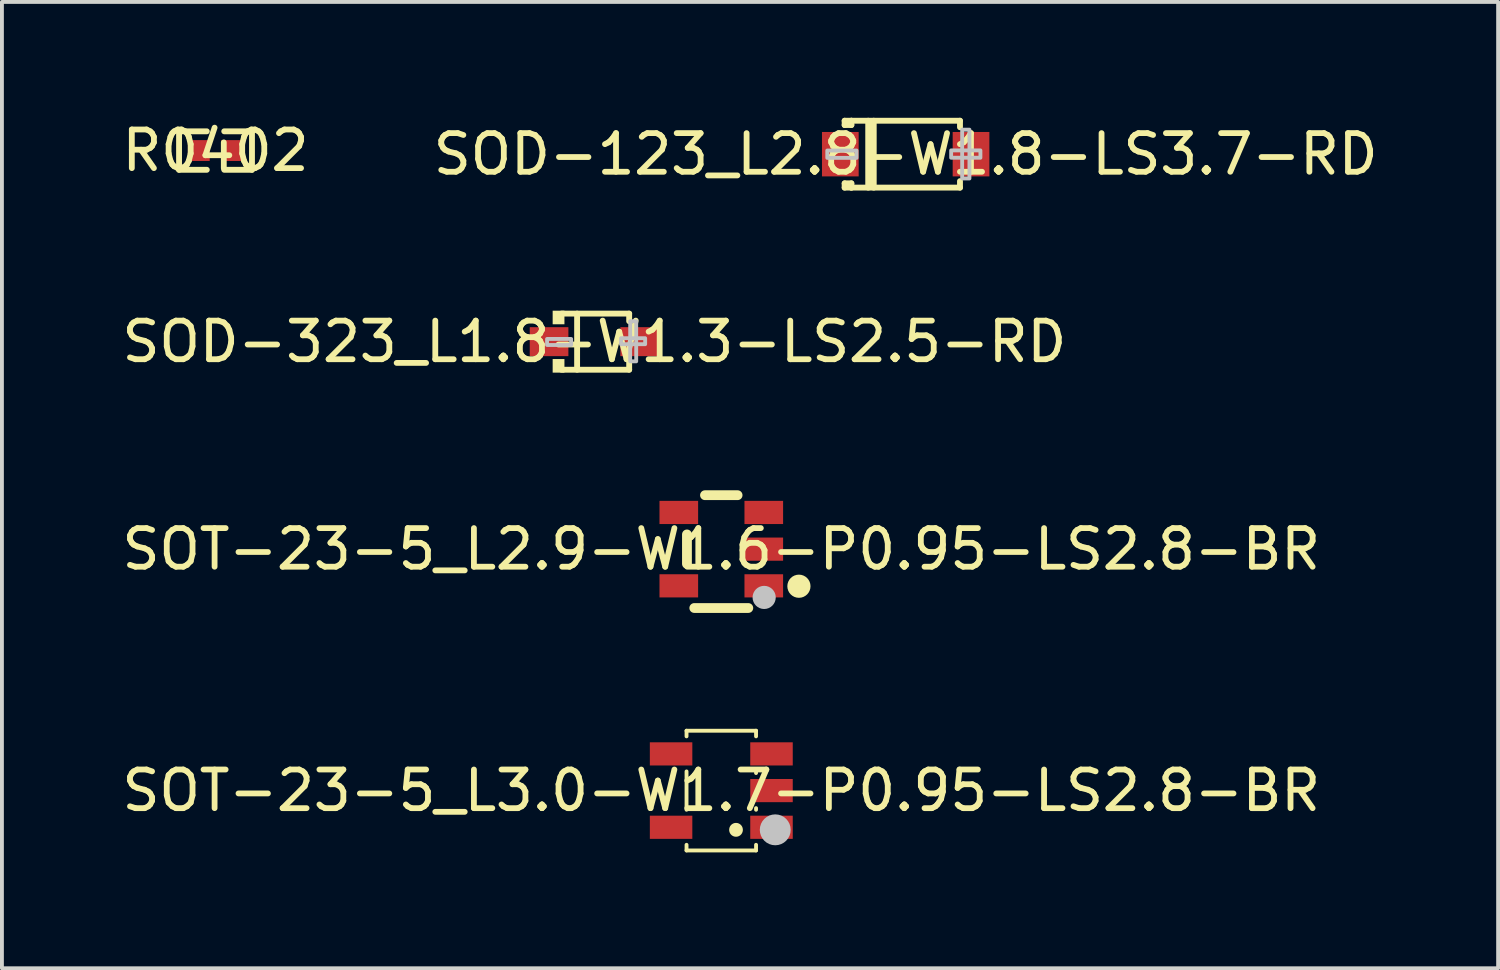
<source format=kicad_pcb>
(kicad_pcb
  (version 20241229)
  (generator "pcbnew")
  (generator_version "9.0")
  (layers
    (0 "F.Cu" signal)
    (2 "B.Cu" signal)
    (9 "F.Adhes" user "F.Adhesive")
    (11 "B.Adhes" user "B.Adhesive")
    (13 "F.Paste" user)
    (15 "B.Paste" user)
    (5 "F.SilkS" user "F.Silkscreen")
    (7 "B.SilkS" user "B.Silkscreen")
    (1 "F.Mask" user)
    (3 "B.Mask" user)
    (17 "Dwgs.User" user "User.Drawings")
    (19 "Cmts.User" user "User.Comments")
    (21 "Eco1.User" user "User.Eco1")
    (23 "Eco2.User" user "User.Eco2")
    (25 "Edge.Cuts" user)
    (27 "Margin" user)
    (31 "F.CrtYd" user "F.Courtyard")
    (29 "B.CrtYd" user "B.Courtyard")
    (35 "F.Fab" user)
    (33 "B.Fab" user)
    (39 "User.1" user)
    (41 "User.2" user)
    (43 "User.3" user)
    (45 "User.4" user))
  (footprint "SOD-123_L2.8-W1.8-LS3.7-RD"
    (layer "F.Cu")
    (at 20.399 0.942)
    (property "Reference" "SOD-123_L2.8-W1.8-LS3.7-RD" (at 0 0 0) (layer "F.SilkS") (effects (font (size 1 1) (thickness 0.15))))
    (fp_line (start -1.58 -0.866) (end -1.406 -0.866) (stroke (width 0.152) (type default)) (layer "F.SilkS"))
    (fp_line (start -1.58 -0.755) (end -1.58 -0.866) (stroke (width 0.152) (type default)) (layer "F.SilkS"))
    (fp_line (start -1.58 -0.755) (end -1.406 -0.755) (stroke (width 0.152) (type default)) (layer "F.SilkS"))
    (fp_line (start -1.58 0.755) (end -1.406 0.755) (stroke (width 0.152) (type default)) (layer "F.SilkS"))
    (fp_line (start -1.58 0.866) (end -1.58 0.755) (stroke (width 0.152) (type default)) (layer "F.SilkS"))
    (fp_line (start -1.406 -0.866) (end -1.406 -0.755) (stroke (width 0.152) (type default)) (layer "F.SilkS"))
    (fp_line (start -1.406 -0.866) (end 1.406 -0.866) (stroke (width 0.152) (type default)) (layer "F.SilkS"))
    (fp_line (start -1.406 0.755) (end -1.406 0.866) (stroke (width 0.152) (type default)) (layer "F.SilkS"))
    (fp_line (start -1.406 0.866) (end -1.58 0.866) (stroke (width 0.152) (type default)) (layer "F.SilkS"))
    (fp_line (start -1.406 0.866) (end 1.406 0.866) (stroke (width 0.152) (type default)) (layer "F.SilkS"))
    (fp_line (start -0.97 -0.866) (end -0.97 0.866) (stroke (width 0.152) (type default)) (layer "F.SilkS"))
    (fp_line (start -0.827 -0.866) (end -0.827 0.866) (stroke (width 0.152) (type default)) (layer "F.SilkS"))
    (fp_line (start 1.406 -0.866) (end 1.406 -0.698) (stroke (width 0.152) (type default)) (layer "F.SilkS"))
    (fp_line (start 1.406 0.866) (end 1.406 0.698) (stroke (width 0.152) (type default)) (layer "F.SilkS"))
    (fp_poly (pts (xy -2.03 -0.095) (xy -2.03 0.095) (xy -1.272 0.095) (xy -1.272 -0.095)) (stroke (width 0.1) (type default)) (fill no) (layer "Dwgs.User"))
    (fp_poly (pts (xy 1.651 -0.635) (xy 1.651 0.629) (xy 1.462 0.629) (xy 1.462 -0.635)) (stroke (width 0.1) (type default)) (fill no) (layer "Dwgs.User"))
    (fp_poly (pts (xy 1.935 -0.098) (xy 1.935 0.092) (xy 1.177 0.092) (xy 1.177 -0.098)) (stroke (width 0.1) (type default)) (fill no) (layer "Dwgs.User"))
    (fp_poly (pts (xy -1.851 0.465) (xy -1.851 -0.465) (xy -1.3 -0.465) (xy -1.3 0.465)) (stroke (width 0.1) (type default)) (fill no) (layer "User.1"))
    (fp_poly (pts (xy 1.851 0.465) (xy 1.851 -0.465) (xy 1.3 -0.465) (xy 1.3 0.465)) (stroke (width 0.1) (type default)) (fill no) (layer "User.1"))
    (fp_line (start -1.4 -0.9) (end 1.4 -0.9) (stroke (width 0.051) (type default)) (layer "User.2"))
    (fp_line (start -1.4 0.9) (end -1.4 -0.9) (stroke (width 0.051) (type default)) (layer "User.2"))
    (fp_line (start 1.4 -0.9) (end 1.4 0.9) (stroke (width 0.051) (type default)) (layer "User.2"))
    (fp_line (start 1.4 0.9) (end -1.4 0.9) (stroke (width 0.051) (type default)) (layer "User.2"))
    (fp_poly (pts (xy -1.795 0.877) (xy -1.828 0.845) (xy -1.873 0.845) (xy -1.906 0.877) (xy -1.906 0.923) (xy -1.873 0.955) (xy -1.828 0.955) (xy -1.795 0.923)) (stroke (width 0.1) (type default)) (fill no) (layer "User.3"))
    (pad "1" smd rect (at -1.692 0) (size 0.95 1.15) (layers "F.Cu" "F.Mask" "F.Paste"))
    (pad "2" smd rect (at 1.692 0) (size 0.95 1.15) (layers "F.Cu" "F.Mask" "F.Paste")))
  (footprint "R0402"
    (layer "F.Cu")
    (at 2.53 0.848)
    (property "Reference" "R0402" (at 0 0 0) (layer "F.SilkS") (effects (font (size 1 1) (thickness 0.15))))
    (fp_line (start -0.944 -0.498) (end -0.226 -0.498) (stroke (width 0.152) (type default)) (layer "F.SilkS"))
    (fp_line (start -0.944 0.498) (end -0.944 -0.498) (stroke (width 0.152) (type default)) (layer "F.SilkS"))
    (fp_line (start -0.226 0.498) (end -0.944 0.498) (stroke (width 0.152) (type default)) (layer "F.SilkS"))
    (fp_line (start 0.226 0.498) (end 0.944 0.498) (stroke (width 0.152) (type default)) (layer "F.SilkS"))
    (fp_line (start 0.944 -0.498) (end 0.226 -0.498) (stroke (width 0.152) (type default)) (layer "F.SilkS"))
    (fp_line (start 0.944 0.498) (end 0.944 -0.498) (stroke (width 0.152) (type default)) (layer "F.SilkS"))
    (fp_poly (pts (xy -0.135 0.23) (xy -0.135 -0.23) (xy -0.175 -0.27) (xy -0.675 -0.27) (xy -0.716 -0.23) (xy -0.716 0.23) (xy -0.675 0.27) (xy -0.175 0.27)) (stroke (width 0) (type default)) (fill yes) (layer "F.Paste"))
    (fp_poly (pts (xy 0.135 0.23) (xy 0.135 -0.23) (xy 0.175 -0.27) (xy 0.675 -0.27) (xy 0.716 -0.23) (xy 0.716 0.23) (xy 0.675 0.27) (xy 0.175 0.27)) (stroke (width 0) (type default)) (fill yes) (layer "F.Paste"))
    (fp_poly (pts (xy -0.249 -0.25) (xy -0.249 0.25) (xy -0.499 0.25) (xy -0.499 -0.25)) (stroke (width 0.1) (type default)) (fill no) (layer "User.1"))
    (fp_poly (pts (xy 0.252 0.25) (xy 0.252 -0.25) (xy 0.501 -0.25) (xy 0.501 0.25)) (stroke (width 0.1) (type default)) (fill no) (layer "User.1"))
    (fp_line (start -0.5 -0.25) (end 0.5 -0.25) (stroke (width 0.051) (type default)) (layer "User.2"))
    (fp_line (start -0.5 0.25) (end -0.5 -0.25) (stroke (width 0.051) (type default)) (layer "User.2"))
    (fp_line (start 0.5 -0.25) (end 0.5 0.25) (stroke (width 0.051) (type default)) (layer "User.2"))
    (fp_line (start 0.5 0.25) (end -0.5 0.25) (stroke (width 0.051) (type default)) (layer "User.2"))
    (fp_poly (pts (xy -0.445 0.227) (xy -0.477 0.195) (xy -0.523 0.195) (xy -0.555 0.227) (xy -0.555 0.273) (xy -0.523 0.305) (xy -0.477 0.305) (xy -0.445 0.273)) (stroke (width 0.1) (type default)) (fill no) (layer "User.3"))
    (pad "1" smd rect (at -0.433 0) (size 0.566 0.54) (layers "F.Cu" "F.Mask" "F.Paste"))
    (pad "2" smd rect (at 0.433 0) (size 0.566 0.54) (layers "F.Cu" "F.Mask" "F.Paste")))
  (footprint "SOT-23-5_L2.9-W1.6-P0.95-LS2.8-BR"
    (layer "F.Cu")
    (at 15.625 11.168)
    (property "Reference" "SOT-23-5_L2.9-W1.6-P0.95-LS2.8-BR" (at 0 0 0) (layer "F.SilkS") (effects (font (size 1 1) (thickness 0.15))))
    (fp_line (start -0.889 0.381) (end -0.889 -0.381) (stroke (width 0.254) (type default)) (layer "F.SilkS"))
    (fp_line (start -0.699 1.524) (end 0.699 1.524) (stroke (width 0.254) (type default)) (layer "F.SilkS"))
    (fp_line (start -0.422 -1.397) (end 0.422 -1.397) (stroke (width 0.254) (type default)) (layer "F.SilkS"))
    (fp_circle (center 2.01 0.96) (end 2.16 0.96) (stroke (width 0.3) (type default)) (fill no) (layer "F.SilkS"))
    (fp_circle (center 1.11 1.25) (end 1.26 1.25) (stroke (width 0.3) (type default)) (fill no) (layer "Dwgs.User"))
    (fp_poly (pts (xy -0.95 -0.75) (xy -1.4 -0.75) (xy -1.4 -1.15) (xy -0.95 -1.15)) (stroke (width 0.1) (type default)) (fill no) (layer "User.1"))
    (fp_poly (pts (xy -0.95 1.15) (xy -1.4 1.15) (xy -1.4 0.75) (xy -0.95 0.75)) (stroke (width 0.1) (type default)) (fill no) (layer "User.1"))
    (fp_poly (pts (xy -0.79 -0.75) (xy -0.96 -0.75) (xy -0.96 -1.15) (xy -0.79 -1.15)) (stroke (width 0.1) (type default)) (fill no) (layer "User.1"))
    (fp_poly (pts (xy -0.79 1.15) (xy -0.96 1.15) (xy -0.96 0.75) (xy -0.79 0.75)) (stroke (width 0.1) (type default)) (fill no) (layer "User.1"))
    (fp_poly (pts (xy 0.96 -0.75) (xy 0.79 -0.75) (xy 0.79 -1.15) (xy 0.96 -1.15)) (stroke (width 0.1) (type default)) (fill no) (layer "User.1"))
    (fp_poly (pts (xy 0.96 0.2) (xy 0.79 0.2) (xy 0.79 -0.2) (xy 0.96 -0.2)) (stroke (width 0.1) (type default)) (fill no) (layer "User.1"))
    (fp_poly (pts (xy 0.96 1.15) (xy 0.79 1.15) (xy 0.79 0.75) (xy 0.96 0.75)) (stroke (width 0.1) (type default)) (fill no) (layer "User.1"))
    (fp_poly (pts (xy 1.4 -0.75) (xy 0.95 -0.75) (xy 0.95 -1.15) (xy 1.4 -1.15)) (stroke (width 0.1) (type default)) (fill no) (layer "User.1"))
    (fp_poly (pts (xy 1.4 0.2) (xy 0.95 0.2) (xy 0.95 -0.2) (xy 1.4 -0.2)) (stroke (width 0.1) (type default)) (fill no) (layer "User.1"))
    (fp_poly (pts (xy 1.4 1.15) (xy 0.95 1.15) (xy 0.95 0.75) (xy 1.4 0.75)) (stroke (width 0.1) (type default)) (fill no) (layer "User.1"))
    (fp_line (start -0.8 -1.45) (end 0.8 -1.45) (stroke (width 0.051) (type default)) (layer "User.2"))
    (fp_line (start -0.8 1.45) (end -0.8 -1.45) (stroke (width 0.051) (type default)) (layer "User.2"))
    (fp_line (start 0.8 -1.45) (end 0.8 1.45) (stroke (width 0.051) (type default)) (layer "User.2"))
    (fp_line (start 0.8 1.45) (end -0.8 1.45) (stroke (width 0.051) (type default)) (layer "User.2"))
    (fp_poly (pts (xy 1.455 1.427) (xy 1.423 1.395) (xy 1.377 1.395) (xy 1.345 1.427) (xy 1.345 1.473) (xy 1.377 1.505) (xy 1.423 1.505) (xy 1.455 1.473)) (stroke (width 0.1) (type default)) (fill no) (layer "User.3"))
    (pad "1" smd rect (at 1.1 0.95 90) (size 0.6 1) (layers "F.Cu" "F.Mask" "F.Paste"))
    (pad "2" smd rect (at 1.1 0 90) (size 0.6 1) (layers "F.Cu" "F.Mask" "F.Paste"))
    (pad "3" smd rect (at 1.1 -0.95 90) (size 0.6 1) (layers "F.Cu" "F.Mask" "F.Paste"))
    (pad "4" smd rect (at -1.1 -0.95 90) (size 0.6 1) (layers "F.Cu" "F.Mask" "F.Paste"))
    (pad "5" smd rect (at -1.1 0.95 90) (size 0.6 1) (layers "F.Cu" "F.Mask" "F.Paste")))
  (footprint "SOT-23-5_L3.0-W1.7-P0.95-LS2.8-BR"
    (layer "F.Cu")
    (at 15.625 17.419)
    (property "Reference" "SOT-23-5_L3.0-W1.7-P0.95-LS2.8-BR" (at 0 0 0) (layer "F.SilkS") (effects (font (size 1 1) (thickness 0.15))))
    (fp_line (start -0.9 -1.55) (end -0.9 -1.404) (stroke (width 0.1) (type default)) (layer "F.SilkS"))
    (fp_line (start -0.9 -1.55) (end 0.9 -1.55) (stroke (width 0.1) (type default)) (layer "F.SilkS"))
    (fp_line (start -0.9 -0.496) (end -0.9 0.496) (stroke (width 0.1) (type default)) (layer "F.SilkS"))
    (fp_line (start -0.9 1.404) (end -0.9 1.55) (stroke (width 0.1) (type default)) (layer "F.SilkS"))
    (fp_line (start -0.9 1.55) (end 0.9 1.55) (stroke (width 0.1) (type default)) (layer "F.SilkS"))
    (fp_line (start 0.9 -1.55) (end 0.9 -1.404) (stroke (width 0.1) (type default)) (layer "F.SilkS"))
    (fp_line (start 0.9 -0.496) (end 0.9 -0.454) (stroke (width 0.1) (type default)) (layer "F.SilkS"))
    (fp_line (start 0.9 0.454) (end 0.9 0.496) (stroke (width 0.1) (type default)) (layer "F.SilkS"))
    (fp_line (start 0.9 1.404) (end 0.9 1.55) (stroke (width 0.1) (type default)) (layer "F.SilkS"))
    (fp_poly (pts (arc (start 0.204 1.016) (mid 0.381 0.836989) (end 0.558 1.016)) (arc (start 0.558 1.016) (mid 0.381 1.195011) (end 0.204 1.016))) (stroke (width 0) (type default)) (fill yes) (layer "F.SilkS"))
    (fp_circle (center 1.397 1.016) (end 1.597 1.016) (stroke (width 0.4) (type default)) (fill no) (layer "Dwgs.User"))
    (fp_poly (pts (xy -1.4 -0.75) (xy -1.4 -1.15) (xy -0.95 -1.15) (xy -0.95 -0.75)) (stroke (width 0.1) (type default)) (fill no) (layer "User.1"))
    (fp_poly (pts (xy -1.4 1.15) (xy -1.4 0.75) (xy -0.95 0.75) (xy -0.95 1.15)) (stroke (width 0.1) (type default)) (fill no) (layer "User.1"))
    (fp_poly (pts (xy -0.96 -0.75) (xy -0.96 -1.15) (xy -0.79 -1.15) (xy -0.79 -0.75)) (stroke (width 0.1) (type default)) (fill no) (layer "User.1"))
    (fp_poly (pts (xy -0.96 1.15) (xy -0.96 0.75) (xy -0.79 0.75) (xy -0.79 1.15)) (stroke (width 0.1) (type default)) (fill no) (layer "User.1"))
    (fp_poly (pts (xy 0.79 -0.75) (xy 0.79 -1.15) (xy 0.96 -1.15) (xy 0.96 -0.75)) (stroke (width 0.1) (type default)) (fill no) (layer "User.1"))
    (fp_poly (pts (xy 0.79 0.2) (xy 0.79 -0.2) (xy 0.96 -0.2) (xy 0.96 0.2)) (stroke (width 0.1) (type default)) (fill no) (layer "User.1"))
    (fp_poly (pts (xy 0.79 1.15) (xy 0.79 0.75) (xy 0.96 0.75) (xy 0.96 1.15)) (stroke (width 0.1) (type default)) (fill no) (layer "User.1"))
    (fp_poly (pts (xy 0.95 -0.75) (xy 0.95 -1.15) (xy 1.4 -1.15) (xy 1.4 -0.75)) (stroke (width 0.1) (type default)) (fill no) (layer "User.1"))
    (fp_poly (pts (xy 0.95 0.2) (xy 0.95 -0.2) (xy 1.4 -0.2) (xy 1.4 0.2)) (stroke (width 0.1) (type default)) (fill no) (layer "User.1"))
    (fp_poly (pts (xy 0.95 1.15) (xy 0.95 0.75) (xy 1.4 0.75) (xy 1.4 1.15)) (stroke (width 0.1) (type default)) (fill no) (layer "User.1"))
    (fp_line (start -0.8 -1.45) (end 0.8 -1.45) (stroke (width 0.051) (type default)) (layer "User.2"))
    (fp_line (start -0.8 1.45) (end -0.8 -1.45) (stroke (width 0.051) (type default)) (layer "User.2"))
    (fp_line (start 0.8 -1.45) (end 0.8 1.45) (stroke (width 0.051) (type default)) (layer "User.2"))
    (fp_line (start 0.8 1.45) (end -0.8 1.45) (stroke (width 0.051) (type default)) (layer "User.2"))
    (fp_poly (pts (xy 1.455 1.427) (xy 1.423 1.395) (xy 1.377 1.395) (xy 1.345 1.427) (xy 1.345 1.473) (xy 1.377 1.505) (xy 1.423 1.505) (xy 1.455 1.473)) (stroke (width 0.1) (type default)) (fill no) (layer "User.3"))
    (pad "1" smd rect (at 1.3 0.95) (size 1.1 0.6) (layers "F.Cu" "F.Mask" "F.Paste"))
    (pad "2" smd rect (at 1.3 0) (size 1.1 0.6) (layers "F.Cu" "F.Mask" "F.Paste"))
    (pad "3" smd rect (at 1.3 -0.95) (size 1.1 0.6) (layers "F.Cu" "F.Mask" "F.Paste"))
    (pad "4" smd rect (at -1.3 -0.95) (size 1.1 0.6) (layers "F.Cu" "F.Mask" "F.Paste"))
    (pad "5" smd rect (at -1.3 0.95) (size 1.1 0.6) (layers "F.Cu" "F.Mask" "F.Paste")))
  (footprint "SOD-323_L1.8-W1.3-LS2.5-RD"
    (layer "F.Cu")
    (at 12.339 5.796)
    (property "Reference" "SOD-323_L1.8-W1.3-LS2.5-RD" (at 0 0 0) (layer "F.SilkS") (effects (font (size 1 1) (thickness 0.15))))
    (fp_line (start -0.851 -0.726) (end 0.901 -0.726) (stroke (width 0.152) (type default)) (layer "F.SilkS"))
    (fp_line (start -0.851 0.726) (end 0.901 0.726) (stroke (width 0.152) (type default)) (layer "F.SilkS"))
    (fp_line (start -0.447 -0.726) (end -0.447 0.726) (stroke (width 0.152) (type default)) (layer "F.SilkS"))
    (fp_line (start 0.901 -0.726) (end 0.901 -0.53) (stroke (width 0.152) (type default)) (layer "F.SilkS"))
    (fp_line (start 0.901 0.726) (end 0.901 0.52) (stroke (width 0.152) (type default)) (layer "F.SilkS"))
    (fp_poly (pts (xy -0.775 -0.802) (xy -0.775 -0.45) (xy -1.08 -0.45) (xy -1.08 -0.802)) (stroke (width 0) (type default)) (fill yes) (layer "F.SilkS"))
    (fp_poly (pts (xy -0.775 0.802) (xy -0.775 0.45) (xy -1.08 0.45) (xy -1.08 0.802)) (stroke (width 0) (type default)) (fill yes) (layer "F.SilkS"))
    (fp_poly (pts (xy -1.225 -0.07) (xy -1.225 0.086) (xy -0.601 0.086) (xy -0.601 -0.07)) (stroke (width 0.1) (type default)) (fill no) (layer "Dwgs.User"))
    (fp_poly (pts (xy 1.083 -0.53) (xy 1.083 0.51) (xy 0.927 0.51) (xy 0.927 -0.53)) (stroke (width 0.1) (type default)) (fill no) (layer "Dwgs.User"))
    (fp_poly (pts (xy 1.315 -0.09) (xy 1.315 0.066) (xy 0.691 0.066) (xy 0.691 -0.09)) (stroke (width 0.1) (type default)) (fill no) (layer "Dwgs.User"))
    (fp_poly (pts (xy -0.925 -0.16) (xy -0.925 0.16) (xy -1.225 0.16) (xy -1.225 -0.16)) (stroke (width 0.1) (type default)) (fill no) (layer "User.1"))
    (fp_poly (pts (xy -0.815 -0.16) (xy -0.815 0.16) (xy -0.935 0.16) (xy -0.935 -0.16)) (stroke (width 0.1) (type default)) (fill no) (layer "User.1"))
    (fp_poly (pts (xy 0.985 -0.16) (xy 0.985 0.16) (xy 0.865 0.16) (xy 0.865 -0.16)) (stroke (width 0.1) (type default)) (fill no) (layer "User.1"))
    (fp_poly (pts (xy 1.275 -0.16) (xy 1.275 0.16) (xy 0.975 0.16) (xy 0.975 -0.16)) (stroke (width 0.1) (type default)) (fill no) (layer "User.1"))
    (fp_line (start -0.825 -0.65) (end 0.875 -0.65) (stroke (width 0.051) (type default)) (layer "User.2"))
    (fp_line (start -0.825 0.65) (end -0.825 -0.65) (stroke (width 0.051) (type default)) (layer "User.2"))
    (fp_line (start 0.875 -0.65) (end 0.875 0.65) (stroke (width 0.051) (type default)) (layer "User.2"))
    (fp_line (start 0.875 0.65) (end -0.825 0.65) (stroke (width 0.051) (type default)) (layer "User.2"))
    (fp_poly (pts (xy -1.17 0.627) (xy -1.202 0.595) (xy -1.248 0.595) (xy -1.28 0.627) (xy -1.28 0.673) (xy -1.248 0.705) (xy -1.202 0.705) (xy -1.17 0.673)) (stroke (width 0.1) (type default)) (fill no) (layer "User.3"))
    (pad "1" smd rect (at -1.173 0) (size 1 0.75) (layers "F.Cu" "F.Mask" "F.Paste"))
    (pad "2" smd rect (at 1.173 0) (size 1 0.75) (layers "F.Cu" "F.Mask" "F.Paste")))
  (gr_rect
    (start -3 -3)
    (end 35.738 22.019)
    (stroke (width 0.1) (type default))
    (fill no)
    (layer "Edge.Cuts")))
</source>
